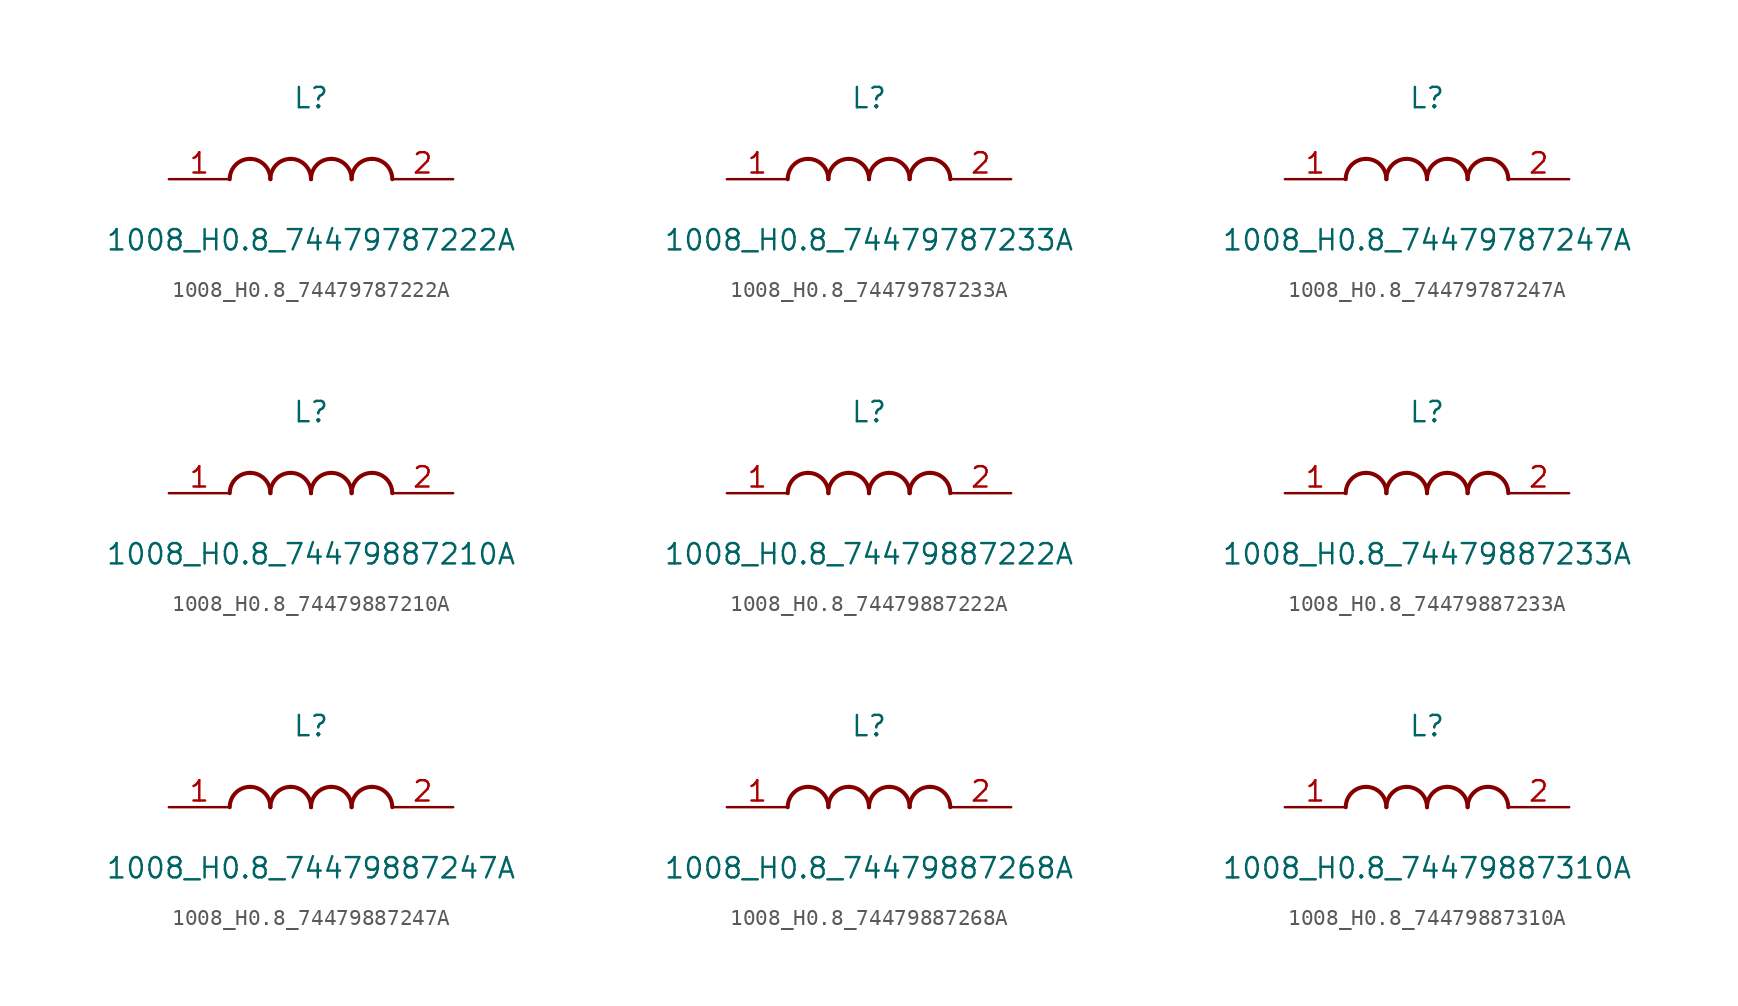
<source format=kicad_sym>
(kicad_symbol_lib
  (version 20211014)
  (generator kicad_symbol_editor)
  (symbol "Inductor_Wurth_WE-PMI:1008_H0.8_74479787222A"
    (pin_names hide)
    (property "Reference" "L"
      (at 0 5.08 0)
      (effects (font (size 1.27 1.27))))
    (property "Value" "1008_H0.8_74479787222A"
      (at 0 -3.81 0)
      (effects (font (size 1.27 1.27))))
    (symbol "1008_H0.8_74479787222A_0_1"
      (arc (start -3.81 1.27) (mid -4.708 0.898) (end -5.08 0) (stroke (width 0.254) (type default) (color 0 0 0 0)) (fill (type none)))
      (arc (start -2.54 0) (mid -2.912 0.898) (end -3.81 1.27) (stroke (width 0.254) (type default) (color 0 0 0 0)) (fill (type none)))
      (arc (start -1.2699 1.2701) (mid -2.1679 0.8981) (end -2.5399 0.0001) (stroke (width 0.254) (type default) (color 0 0 0 0)) (fill (type none)))
      (arc (start 0.0001 0.0001) (mid -0.3719 0.8981) (end -1.2699 1.2701) (stroke (width 0.254) (type default) (color 0 0 0 0)) (fill (type none)))
      (arc (start 1.2701 1.2701) (mid 0.3721 0.8981) (end 0.0001 0.0001) (stroke (width 0.254) (type default) (color 0 0 0 0)) (fill (type none)))
      (arc (start 2.5401 0.0001) (mid 2.1681 0.8981) (end 1.2701 1.2701) (stroke (width 0.254) (type default) (color 0 0 0 0)) (fill (type none)))
      (arc (start 3.8101 1.2701) (mid 2.9121 0.8981) (end 2.5401 0.0001) (stroke (width 0.254) (type default) (color 0 0 0 0)) (fill (type none)))
      (arc (start 5.0801 0.0001) (mid 4.7081 0.8981) (end 3.8101 1.2701) (stroke (width 0.254) (type default) (color 0 0 0 0)) (fill (type none))))
    (symbol "1008_H0.8_74479787222A_1_1"
      (pin passive line (at -8.89 0 0) (length 3.81) (name "1" (effects (font (size 1.27 1.27)))) (number "1" (effects (font (size 1.27 1.27)))))
      (pin passive line (at 8.89 0 180) (length 3.81) (name "2" (effects (font (size 1.27 1.27)))) (number "2" (effects (font (size 1.27 1.27)))))))
  (symbol "Inductor_Wurth_WE-PMI:1008_H0.8_74479787233A"
    (pin_names hide)
    (property "Reference" "L"
      (at 0 5.08 0)
      (effects (font (size 1.27 1.27))))
    (property "Value" "1008_H0.8_74479787233A"
      (at 0 -3.81 0)
      (effects (font (size 1.27 1.27))))
    (symbol "1008_H0.8_74479787233A_0_1"
      (arc (start -3.81 1.27) (mid -4.708 0.898) (end -5.08 0) (stroke (width 0.254) (type default) (color 0 0 0 0)) (fill (type none)))
      (arc (start -2.54 0) (mid -2.912 0.898) (end -3.81 1.27) (stroke (width 0.254) (type default) (color 0 0 0 0)) (fill (type none)))
      (arc (start -1.2699 1.2701) (mid -2.1679 0.8981) (end -2.5399 0.0001) (stroke (width 0.254) (type default) (color 0 0 0 0)) (fill (type none)))
      (arc (start 0.0001 0.0001) (mid -0.3719 0.8981) (end -1.2699 1.2701) (stroke (width 0.254) (type default) (color 0 0 0 0)) (fill (type none)))
      (arc (start 1.2701 1.2701) (mid 0.3721 0.8981) (end 0.0001 0.0001) (stroke (width 0.254) (type default) (color 0 0 0 0)) (fill (type none)))
      (arc (start 2.5401 0.0001) (mid 2.1681 0.8981) (end 1.2701 1.2701) (stroke (width 0.254) (type default) (color 0 0 0 0)) (fill (type none)))
      (arc (start 3.8101 1.2701) (mid 2.9121 0.8981) (end 2.5401 0.0001) (stroke (width 0.254) (type default) (color 0 0 0 0)) (fill (type none)))
      (arc (start 5.0801 0.0001) (mid 4.7081 0.8981) (end 3.8101 1.2701) (stroke (width 0.254) (type default) (color 0 0 0 0)) (fill (type none))))
    (symbol "1008_H0.8_74479787233A_1_1"
      (pin passive line (at -8.89 0 0) (length 3.81) (name "1" (effects (font (size 1.27 1.27)))) (number "1" (effects (font (size 1.27 1.27)))))
      (pin passive line (at 8.89 0 180) (length 3.81) (name "2" (effects (font (size 1.27 1.27)))) (number "2" (effects (font (size 1.27 1.27)))))))
  (symbol "Inductor_Wurth_WE-PMI:1008_H0.8_74479787247A"
    (pin_names hide)
    (property "Reference" "L"
      (at 0 5.08 0)
      (effects (font (size 1.27 1.27))))
    (property "Value" "1008_H0.8_74479787247A"
      (at 0 -3.81 0)
      (effects (font (size 1.27 1.27))))
    (symbol "1008_H0.8_74479787247A_0_1"
      (arc (start -3.81 1.27) (mid -4.708 0.898) (end -5.08 0) (stroke (width 0.254) (type default) (color 0 0 0 0)) (fill (type none)))
      (arc (start -2.54 0) (mid -2.912 0.898) (end -3.81 1.27) (stroke (width 0.254) (type default) (color 0 0 0 0)) (fill (type none)))
      (arc (start -1.2699 1.2701) (mid -2.1679 0.8981) (end -2.5399 0.0001) (stroke (width 0.254) (type default) (color 0 0 0 0)) (fill (type none)))
      (arc (start 0.0001 0.0001) (mid -0.3719 0.8981) (end -1.2699 1.2701) (stroke (width 0.254) (type default) (color 0 0 0 0)) (fill (type none)))
      (arc (start 1.2701 1.2701) (mid 0.3721 0.8981) (end 0.0001 0.0001) (stroke (width 0.254) (type default) (color 0 0 0 0)) (fill (type none)))
      (arc (start 2.5401 0.0001) (mid 2.1681 0.8981) (end 1.2701 1.2701) (stroke (width 0.254) (type default) (color 0 0 0 0)) (fill (type none)))
      (arc (start 3.8101 1.2701) (mid 2.9121 0.8981) (end 2.5401 0.0001) (stroke (width 0.254) (type default) (color 0 0 0 0)) (fill (type none)))
      (arc (start 5.0801 0.0001) (mid 4.7081 0.8981) (end 3.8101 1.2701) (stroke (width 0.254) (type default) (color 0 0 0 0)) (fill (type none))))
    (symbol "1008_H0.8_74479787247A_1_1"
      (pin passive line (at -8.89 0 0) (length 3.81) (name "1" (effects (font (size 1.27 1.27)))) (number "1" (effects (font (size 1.27 1.27)))))
      (pin passive line (at 8.89 0 180) (length 3.81) (name "2" (effects (font (size 1.27 1.27)))) (number "2" (effects (font (size 1.27 1.27)))))))
  (symbol "Inductor_Wurth_WE-PMI:1008_H0.8_74479887210A"
    (pin_names hide)
    (property "Reference" "L"
      (at 0 5.08 0)
      (effects (font (size 1.27 1.27))))
    (property "Value" "1008_H0.8_74479887210A"
      (at 0 -3.81 0)
      (effects (font (size 1.27 1.27))))
    (symbol "1008_H0.8_74479887210A_0_1"
      (arc (start -3.81 1.27) (mid -4.708 0.898) (end -5.08 0) (stroke (width 0.254) (type default) (color 0 0 0 0)) (fill (type none)))
      (arc (start -2.54 0) (mid -2.912 0.898) (end -3.81 1.27) (stroke (width 0.254) (type default) (color 0 0 0 0)) (fill (type none)))
      (arc (start -1.2699 1.2701) (mid -2.1679 0.8981) (end -2.5399 0.0001) (stroke (width 0.254) (type default) (color 0 0 0 0)) (fill (type none)))
      (arc (start 0.0001 0.0001) (mid -0.3719 0.8981) (end -1.2699 1.2701) (stroke (width 0.254) (type default) (color 0 0 0 0)) (fill (type none)))
      (arc (start 1.2701 1.2701) (mid 0.3721 0.8981) (end 0.0001 0.0001) (stroke (width 0.254) (type default) (color 0 0 0 0)) (fill (type none)))
      (arc (start 2.5401 0.0001) (mid 2.1681 0.8981) (end 1.2701 1.2701) (stroke (width 0.254) (type default) (color 0 0 0 0)) (fill (type none)))
      (arc (start 3.8101 1.2701) (mid 2.9121 0.8981) (end 2.5401 0.0001) (stroke (width 0.254) (type default) (color 0 0 0 0)) (fill (type none)))
      (arc (start 5.0801 0.0001) (mid 4.7081 0.8981) (end 3.8101 1.2701) (stroke (width 0.254) (type default) (color 0 0 0 0)) (fill (type none))))
    (symbol "1008_H0.8_74479887210A_1_1"
      (pin passive line (at -8.89 0 0) (length 3.81) (name "1" (effects (font (size 1.27 1.27)))) (number "1" (effects (font (size 1.27 1.27)))))
      (pin passive line (at 8.89 0 180) (length 3.81) (name "2" (effects (font (size 1.27 1.27)))) (number "2" (effects (font (size 1.27 1.27)))))))
  (symbol "Inductor_Wurth_WE-PMI:1008_H0.8_74479887222A"
    (pin_names hide)
    (property "Reference" "L"
      (at 0 5.08 0)
      (effects (font (size 1.27 1.27))))
    (property "Value" "1008_H0.8_74479887222A"
      (at 0 -3.81 0)
      (effects (font (size 1.27 1.27))))
    (symbol "1008_H0.8_74479887222A_0_1"
      (arc (start -3.81 1.27) (mid -4.708 0.898) (end -5.08 0) (stroke (width 0.254) (type default) (color 0 0 0 0)) (fill (type none)))
      (arc (start -2.54 0) (mid -2.912 0.898) (end -3.81 1.27) (stroke (width 0.254) (type default) (color 0 0 0 0)) (fill (type none)))
      (arc (start -1.2699 1.2701) (mid -2.1679 0.8981) (end -2.5399 0.0001) (stroke (width 0.254) (type default) (color 0 0 0 0)) (fill (type none)))
      (arc (start 0.0001 0.0001) (mid -0.3719 0.8981) (end -1.2699 1.2701) (stroke (width 0.254) (type default) (color 0 0 0 0)) (fill (type none)))
      (arc (start 1.2701 1.2701) (mid 0.3721 0.8981) (end 0.0001 0.0001) (stroke (width 0.254) (type default) (color 0 0 0 0)) (fill (type none)))
      (arc (start 2.5401 0.0001) (mid 2.1681 0.8981) (end 1.2701 1.2701) (stroke (width 0.254) (type default) (color 0 0 0 0)) (fill (type none)))
      (arc (start 3.8101 1.2701) (mid 2.9121 0.8981) (end 2.5401 0.0001) (stroke (width 0.254) (type default) (color 0 0 0 0)) (fill (type none)))
      (arc (start 5.0801 0.0001) (mid 4.7081 0.8981) (end 3.8101 1.2701) (stroke (width 0.254) (type default) (color 0 0 0 0)) (fill (type none))))
    (symbol "1008_H0.8_74479887222A_1_1"
      (pin passive line (at -8.89 0 0) (length 3.81) (name "1" (effects (font (size 1.27 1.27)))) (number "1" (effects (font (size 1.27 1.27)))))
      (pin passive line (at 8.89 0 180) (length 3.81) (name "2" (effects (font (size 1.27 1.27)))) (number "2" (effects (font (size 1.27 1.27)))))))
  (symbol "Inductor_Wurth_WE-PMI:1008_H0.8_74479887233A"
    (pin_names hide)
    (property "Reference" "L"
      (at 0 5.08 0)
      (effects (font (size 1.27 1.27))))
    (property "Value" "1008_H0.8_74479887233A"
      (at 0 -3.81 0)
      (effects (font (size 1.27 1.27))))
    (symbol "1008_H0.8_74479887233A_0_1"
      (arc (start -3.81 1.27) (mid -4.708 0.898) (end -5.08 0) (stroke (width 0.254) (type default) (color 0 0 0 0)) (fill (type none)))
      (arc (start -2.54 0) (mid -2.912 0.898) (end -3.81 1.27) (stroke (width 0.254) (type default) (color 0 0 0 0)) (fill (type none)))
      (arc (start -1.2699 1.2701) (mid -2.1679 0.8981) (end -2.5399 0.0001) (stroke (width 0.254) (type default) (color 0 0 0 0)) (fill (type none)))
      (arc (start 0.0001 0.0001) (mid -0.3719 0.8981) (end -1.2699 1.2701) (stroke (width 0.254) (type default) (color 0 0 0 0)) (fill (type none)))
      (arc (start 1.2701 1.2701) (mid 0.3721 0.8981) (end 0.0001 0.0001) (stroke (width 0.254) (type default) (color 0 0 0 0)) (fill (type none)))
      (arc (start 2.5401 0.0001) (mid 2.1681 0.8981) (end 1.2701 1.2701) (stroke (width 0.254) (type default) (color 0 0 0 0)) (fill (type none)))
      (arc (start 3.8101 1.2701) (mid 2.9121 0.8981) (end 2.5401 0.0001) (stroke (width 0.254) (type default) (color 0 0 0 0)) (fill (type none)))
      (arc (start 5.0801 0.0001) (mid 4.7081 0.8981) (end 3.8101 1.2701) (stroke (width 0.254) (type default) (color 0 0 0 0)) (fill (type none))))
    (symbol "1008_H0.8_74479887233A_1_1"
      (pin passive line (at -8.89 0 0) (length 3.81) (name "1" (effects (font (size 1.27 1.27)))) (number "1" (effects (font (size 1.27 1.27)))))
      (pin passive line (at 8.89 0 180) (length 3.81) (name "2" (effects (font (size 1.27 1.27)))) (number "2" (effects (font (size 1.27 1.27)))))))
  (symbol "Inductor_Wurth_WE-PMI:1008_H0.8_74479887247A"
    (pin_names hide)
    (property "Reference" "L"
      (at 0 5.08 0)
      (effects (font (size 1.27 1.27))))
    (property "Value" "1008_H0.8_74479887247A"
      (at 0 -3.81 0)
      (effects (font (size 1.27 1.27))))
    (symbol "1008_H0.8_74479887247A_0_1"
      (arc (start -3.81 1.27) (mid -4.708 0.898) (end -5.08 0) (stroke (width 0.254) (type default) (color 0 0 0 0)) (fill (type none)))
      (arc (start -2.54 0) (mid -2.912 0.898) (end -3.81 1.27) (stroke (width 0.254) (type default) (color 0 0 0 0)) (fill (type none)))
      (arc (start -1.2699 1.2701) (mid -2.1679 0.8981) (end -2.5399 0.0001) (stroke (width 0.254) (type default) (color 0 0 0 0)) (fill (type none)))
      (arc (start 0.0001 0.0001) (mid -0.3719 0.8981) (end -1.2699 1.2701) (stroke (width 0.254) (type default) (color 0 0 0 0)) (fill (type none)))
      (arc (start 1.2701 1.2701) (mid 0.3721 0.8981) (end 0.0001 0.0001) (stroke (width 0.254) (type default) (color 0 0 0 0)) (fill (type none)))
      (arc (start 2.5401 0.0001) (mid 2.1681 0.8981) (end 1.2701 1.2701) (stroke (width 0.254) (type default) (color 0 0 0 0)) (fill (type none)))
      (arc (start 3.8101 1.2701) (mid 2.9121 0.8981) (end 2.5401 0.0001) (stroke (width 0.254) (type default) (color 0 0 0 0)) (fill (type none)))
      (arc (start 5.0801 0.0001) (mid 4.7081 0.8981) (end 3.8101 1.2701) (stroke (width 0.254) (type default) (color 0 0 0 0)) (fill (type none))))
    (symbol "1008_H0.8_74479887247A_1_1"
      (pin passive line (at -8.89 0 0) (length 3.81) (name "1" (effects (font (size 1.27 1.27)))) (number "1" (effects (font (size 1.27 1.27)))))
      (pin passive line (at 8.89 0 180) (length 3.81) (name "2" (effects (font (size 1.27 1.27)))) (number "2" (effects (font (size 1.27 1.27)))))))
  (symbol "Inductor_Wurth_WE-PMI:1008_H0.8_74479887268A"
    (pin_names hide)
    (property "Reference" "L"
      (at 0 5.08 0)
      (effects (font (size 1.27 1.27))))
    (property "Value" "1008_H0.8_74479887268A"
      (at 0 -3.81 0)
      (effects (font (size 1.27 1.27))))
    (symbol "1008_H0.8_74479887268A_0_1"
      (arc (start -3.81 1.27) (mid -4.708 0.898) (end -5.08 0) (stroke (width 0.254) (type default) (color 0 0 0 0)) (fill (type none)))
      (arc (start -2.54 0) (mid -2.912 0.898) (end -3.81 1.27) (stroke (width 0.254) (type default) (color 0 0 0 0)) (fill (type none)))
      (arc (start -1.2699 1.2701) (mid -2.1679 0.8981) (end -2.5399 0.0001) (stroke (width 0.254) (type default) (color 0 0 0 0)) (fill (type none)))
      (arc (start 0.0001 0.0001) (mid -0.3719 0.8981) (end -1.2699 1.2701) (stroke (width 0.254) (type default) (color 0 0 0 0)) (fill (type none)))
      (arc (start 1.2701 1.2701) (mid 0.3721 0.8981) (end 0.0001 0.0001) (stroke (width 0.254) (type default) (color 0 0 0 0)) (fill (type none)))
      (arc (start 2.5401 0.0001) (mid 2.1681 0.8981) (end 1.2701 1.2701) (stroke (width 0.254) (type default) (color 0 0 0 0)) (fill (type none)))
      (arc (start 3.8101 1.2701) (mid 2.9121 0.8981) (end 2.5401 0.0001) (stroke (width 0.254) (type default) (color 0 0 0 0)) (fill (type none)))
      (arc (start 5.0801 0.0001) (mid 4.7081 0.8981) (end 3.8101 1.2701) (stroke (width 0.254) (type default) (color 0 0 0 0)) (fill (type none))))
    (symbol "1008_H0.8_74479887268A_1_1"
      (pin passive line (at -8.89 0 0) (length 3.81) (name "1" (effects (font (size 1.27 1.27)))) (number "1" (effects (font (size 1.27 1.27)))))
      (pin passive line (at 8.89 0 180) (length 3.81) (name "2" (effects (font (size 1.27 1.27)))) (number "2" (effects (font (size 1.27 1.27)))))))
  (symbol "Inductor_Wurth_WE-PMI:1008_H0.8_74479887310A"
    (pin_names hide)
    (property "Reference" "L"
      (at 0 5.08 0)
      (effects (font (size 1.27 1.27))))
    (property "Value" "1008_H0.8_74479887310A"
      (at 0 -3.81 0)
      (effects (font (size 1.27 1.27))))
    (symbol "1008_H0.8_74479887310A_0_1"
      (arc (start -3.81 1.27) (mid -4.708 0.898) (end -5.08 0) (stroke (width 0.254) (type default) (color 0 0 0 0)) (fill (type none)))
      (arc (start -2.54 0) (mid -2.912 0.898) (end -3.81 1.27) (stroke (width 0.254) (type default) (color 0 0 0 0)) (fill (type none)))
      (arc (start -1.2699 1.2701) (mid -2.1679 0.8981) (end -2.5399 0.0001) (stroke (width 0.254) (type default) (color 0 0 0 0)) (fill (type none)))
      (arc (start 0.0001 0.0001) (mid -0.3719 0.8981) (end -1.2699 1.2701) (stroke (width 0.254) (type default) (color 0 0 0 0)) (fill (type none)))
      (arc (start 1.2701 1.2701) (mid 0.3721 0.8981) (end 0.0001 0.0001) (stroke (width 0.254) (type default) (color 0 0 0 0)) (fill (type none)))
      (arc (start 2.5401 0.0001) (mid 2.1681 0.8981) (end 1.2701 1.2701) (stroke (width 0.254) (type default) (color 0 0 0 0)) (fill (type none)))
      (arc (start 3.8101 1.2701) (mid 2.9121 0.8981) (end 2.5401 0.0001) (stroke (width 0.254) (type default) (color 0 0 0 0)) (fill (type none)))
      (arc (start 5.0801 0.0001) (mid 4.7081 0.8981) (end 3.8101 1.2701) (stroke (width 0.254) (type default) (color 0 0 0 0)) (fill (type none))))
    (symbol "1008_H0.8_74479887310A_1_1"
      (pin passive line (at -8.89 0 0) (length 3.81) (name "1" (effects (font (size 1.27 1.27)))) (number "1" (effects (font (size 1.27 1.27)))))
      (pin passive line (at 8.89 0 180) (length 3.81) (name "2" (effects (font (size 1.27 1.27)))) (number "2" (effects (font (size 1.27 1.27))))))))
</source>
